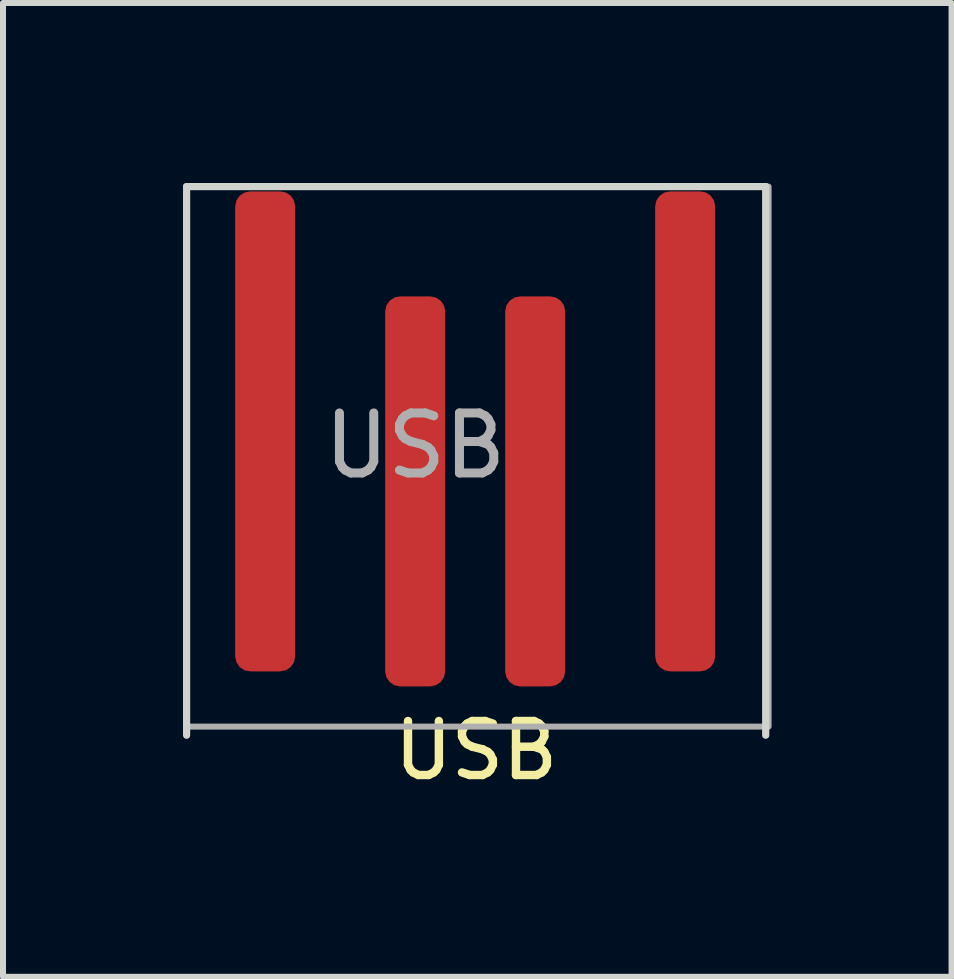
<source format=kicad_pcb>
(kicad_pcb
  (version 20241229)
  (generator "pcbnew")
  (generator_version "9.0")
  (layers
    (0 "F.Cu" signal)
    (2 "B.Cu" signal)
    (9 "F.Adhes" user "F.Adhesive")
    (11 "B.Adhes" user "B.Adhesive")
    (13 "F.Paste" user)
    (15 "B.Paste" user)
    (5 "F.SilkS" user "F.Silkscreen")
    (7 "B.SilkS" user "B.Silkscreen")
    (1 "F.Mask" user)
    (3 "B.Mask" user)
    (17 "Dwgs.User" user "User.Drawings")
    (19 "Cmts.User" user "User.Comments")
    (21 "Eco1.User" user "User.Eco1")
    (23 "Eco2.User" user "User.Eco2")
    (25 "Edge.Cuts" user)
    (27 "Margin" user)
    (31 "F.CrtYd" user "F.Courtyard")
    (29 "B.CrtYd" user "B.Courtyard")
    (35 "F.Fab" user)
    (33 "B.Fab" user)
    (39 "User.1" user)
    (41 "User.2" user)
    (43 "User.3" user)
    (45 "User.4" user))
  (footprint "USB"
    (layer "F.Cu")
    (at 3.87 5.14)
    (property "Reference" "USB" (at 1.016 4.318 0) (unlocked yes) (layer "F.SilkS") (effects (font (size 0.9 0.9) (thickness 0.14))))
    (attr smd)
    (fp_line (start -3.81 -5.08) (end 5.842 -5.08) (stroke (width 0.12) (type solid)) (layer "Edge.Cuts"))
    (fp_line (start -3.81 4.064) (end -3.81 -5.08) (stroke (width 0.12) (type solid)) (layer "Edge.Cuts"))
    (fp_line (start 5.842 -5.08) (end 5.842 4.064) (stroke (width 0.12) (type solid)) (layer "Edge.Cuts"))
    (fp_rect (start -3.81 -5.08) (end 5.89 3.92) (stroke (width 0.1) (type solid)) (fill no) (layer "F.Fab"))
    (fp_text user "${REFERENCE}" (at 0 -0.762 0) (unlocked yes) (layer "F.Fab") (effects (font (size 1 1) (thickness 0.15))))
    (pad "1" smd roundrect (at -2.5 -1) (size 1 8) (layers "F.Cu" "F.Mask" "F.Paste") (roundrect_rratio 0.25))
    (pad "2" smd roundrect (at 0 0) (size 1 6.5) (layers "F.Cu" "F.Mask" "F.Paste") (roundrect_rratio 0.25))
    (pad "3" smd roundrect (at 2 0) (size 1 6.5) (layers "F.Cu" "F.Mask" "F.Paste") (roundrect_rratio 0.25))
    (pad "4" smd roundrect (at 4.5 -1) (size 1 8) (layers "F.Cu" "F.Mask" "F.Paste") (roundrect_rratio 0.25)))
  (gr_rect
    (start -3 -3)
    (end 12.81 13.23)
    (stroke (width 0.1) (type default))
    (fill no)
    (layer "Edge.Cuts")))
</source>
